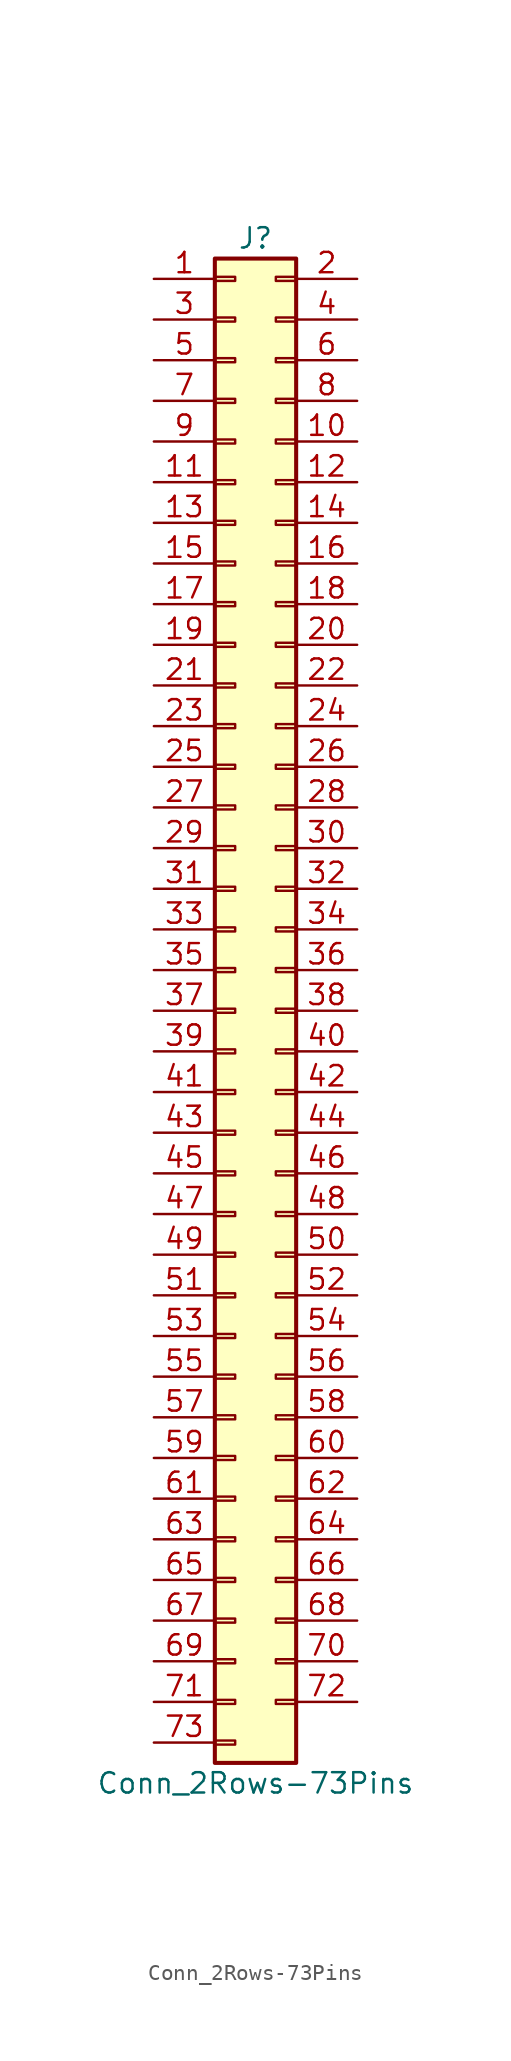
<source format=kicad_sym>
(kicad_symbol_lib
  (version 20220914)
  (generator kicad_symbol_editor)
  (symbol "Conn_2Rows-73Pins"
    (pin_names
      (offset 1.016) hide)
    (property "Reference" "J"
      (at 1.27 48.26 0)
      (effects (font (size 1.27 1.27))))
    (property "Value" "Conn_2Rows-73Pins"
      (at 1.27 -48.26 0)
      (effects (font (size 1.27 1.27))))
    (symbol "Conn_2Rows-73Pins_1_1"
      (rectangle (start -1.27 -45.593) (end 0 -45.847) (stroke (width 0.152) (type solid)) (fill (type none)))
      (rectangle (start -1.27 -43.053) (end 0 -43.307) (stroke (width 0.152) (type solid)) (fill (type none)))
      (rectangle (start -1.27 -40.513) (end 0 -40.767) (stroke (width 0.152) (type solid)) (fill (type none)))
      (rectangle (start -1.27 -37.973) (end 0 -38.227) (stroke (width 0.152) (type solid)) (fill (type none)))
      (rectangle (start -1.27 -35.433) (end 0 -35.687) (stroke (width 0.152) (type solid)) (fill (type none)))
      (rectangle (start -1.27 -32.893) (end 0 -33.147) (stroke (width 0.152) (type solid)) (fill (type none)))
      (rectangle (start -1.27 -30.353) (end 0 -30.607) (stroke (width 0.152) (type solid)) (fill (type none)))
      (rectangle (start -1.27 -27.813) (end 0 -28.067) (stroke (width 0.152) (type solid)) (fill (type none)))
      (rectangle (start -1.27 -25.273) (end 0 -25.527) (stroke (width 0.152) (type solid)) (fill (type none)))
      (rectangle (start -1.27 -22.733) (end 0 -22.987) (stroke (width 0.152) (type solid)) (fill (type none)))
      (rectangle (start -1.27 -20.193) (end 0 -20.447) (stroke (width 0.152) (type solid)) (fill (type none)))
      (rectangle (start -1.27 -17.653) (end 0 -17.907) (stroke (width 0.152) (type solid)) (fill (type none)))
      (rectangle (start -1.27 -15.113) (end 0 -15.367) (stroke (width 0.152) (type solid)) (fill (type none)))
      (rectangle (start -1.27 -12.573) (end 0 -12.827) (stroke (width 0.152) (type solid)) (fill (type none)))
      (rectangle (start -1.27 -10.033) (end 0 -10.287) (stroke (width 0.152) (type solid)) (fill (type none)))
      (rectangle (start -1.27 -7.493) (end 0 -7.747) (stroke (width 0.152) (type solid)) (fill (type none)))
      (rectangle (start -1.27 -4.953) (end 0 -5.207) (stroke (width 0.152) (type solid)) (fill (type none)))
      (rectangle (start -1.27 -2.413) (end 0 -2.667) (stroke (width 0.152) (type solid)) (fill (type none)))
      (rectangle (start -1.27 0.127) (end 0 -0.127) (stroke (width 0.152) (type solid)) (fill (type none)))
      (rectangle (start -1.27 2.667) (end 0 2.413) (stroke (width 0.152) (type solid)) (fill (type none)))
      (rectangle (start -1.27 5.207) (end 0 4.953) (stroke (width 0.152) (type solid)) (fill (type none)))
      (rectangle (start -1.27 7.747) (end 0 7.493) (stroke (width 0.152) (type solid)) (fill (type none)))
      (rectangle (start -1.27 10.287) (end 0 10.033) (stroke (width 0.152) (type solid)) (fill (type none)))
      (rectangle (start -1.27 12.827) (end 0 12.573) (stroke (width 0.152) (type solid)) (fill (type none)))
      (rectangle (start -1.27 15.367) (end 0 15.113) (stroke (width 0.152) (type solid)) (fill (type none)))
      (rectangle (start -1.27 17.907) (end 0 17.653) (stroke (width 0.152) (type solid)) (fill (type none)))
      (rectangle (start -1.27 20.447) (end 0 20.193) (stroke (width 0.152) (type solid)) (fill (type none)))
      (rectangle (start -1.27 22.987) (end 0 22.733) (stroke (width 0.152) (type solid)) (fill (type none)))
      (rectangle (start -1.27 25.527) (end 0 25.273) (stroke (width 0.152) (type solid)) (fill (type none)))
      (rectangle (start -1.27 28.067) (end 0 27.813) (stroke (width 0.152) (type solid)) (fill (type none)))
      (rectangle (start -1.27 30.607) (end 0 30.353) (stroke (width 0.152) (type solid)) (fill (type none)))
      (rectangle (start -1.27 33.147) (end 0 32.893) (stroke (width 0.152) (type solid)) (fill (type none)))
      (rectangle (start -1.27 35.687) (end 0 35.433) (stroke (width 0.152) (type solid)) (fill (type none)))
      (rectangle (start -1.27 38.227) (end 0 37.973) (stroke (width 0.152) (type solid)) (fill (type none)))
      (rectangle (start -1.27 40.767) (end 0 40.513) (stroke (width 0.152) (type solid)) (fill (type none)))
      (rectangle (start -1.27 43.307) (end 0 43.053) (stroke (width 0.152) (type solid)) (fill (type none)))
      (rectangle (start -1.27 45.847) (end 0 45.593) (stroke (width 0.152) (type solid)) (fill (type none)))
      (rectangle (start -1.27 46.99) (end 3.81 -46.99) (stroke (width 0.254) (type solid)) (fill (type background)))
      (rectangle (start 3.81 -43.053) (end 2.54 -43.307) (stroke (width 0.152) (type solid)) (fill (type none)))
      (rectangle (start 3.81 -40.513) (end 2.54 -40.767) (stroke (width 0.152) (type solid)) (fill (type none)))
      (rectangle (start 3.81 -37.973) (end 2.54 -38.227) (stroke (width 0.152) (type solid)) (fill (type none)))
      (rectangle (start 3.81 -35.433) (end 2.54 -35.687) (stroke (width 0.152) (type solid)) (fill (type none)))
      (rectangle (start 3.81 -32.893) (end 2.54 -33.147) (stroke (width 0.152) (type solid)) (fill (type none)))
      (rectangle (start 3.81 -30.353) (end 2.54 -30.607) (stroke (width 0.152) (type solid)) (fill (type none)))
      (rectangle (start 3.81 -27.813) (end 2.54 -28.067) (stroke (width 0.152) (type solid)) (fill (type none)))
      (rectangle (start 3.81 -25.273) (end 2.54 -25.527) (stroke (width 0.152) (type solid)) (fill (type none)))
      (rectangle (start 3.81 -22.733) (end 2.54 -22.987) (stroke (width 0.152) (type solid)) (fill (type none)))
      (rectangle (start 3.81 -20.193) (end 2.54 -20.447) (stroke (width 0.152) (type solid)) (fill (type none)))
      (rectangle (start 3.81 -17.653) (end 2.54 -17.907) (stroke (width 0.152) (type solid)) (fill (type none)))
      (rectangle (start 3.81 -15.113) (end 2.54 -15.367) (stroke (width 0.152) (type solid)) (fill (type none)))
      (rectangle (start 3.81 -12.573) (end 2.54 -12.827) (stroke (width 0.152) (type solid)) (fill (type none)))
      (rectangle (start 3.81 -10.033) (end 2.54 -10.287) (stroke (width 0.152) (type solid)) (fill (type none)))
      (rectangle (start 3.81 -7.493) (end 2.54 -7.747) (stroke (width 0.152) (type solid)) (fill (type none)))
      (rectangle (start 3.81 -4.953) (end 2.54 -5.207) (stroke (width 0.152) (type solid)) (fill (type none)))
      (rectangle (start 3.81 -2.413) (end 2.54 -2.667) (stroke (width 0.152) (type solid)) (fill (type none)))
      (rectangle (start 3.81 0.127) (end 2.54 -0.127) (stroke (width 0.152) (type solid)) (fill (type none)))
      (rectangle (start 3.81 2.667) (end 2.54 2.413) (stroke (width 0.152) (type solid)) (fill (type none)))
      (rectangle (start 3.81 5.207) (end 2.54 4.953) (stroke (width 0.152) (type solid)) (fill (type none)))
      (rectangle (start 3.81 7.747) (end 2.54 7.493) (stroke (width 0.152) (type solid)) (fill (type none)))
      (rectangle (start 3.81 10.287) (end 2.54 10.033) (stroke (width 0.152) (type solid)) (fill (type none)))
      (rectangle (start 3.81 12.827) (end 2.54 12.573) (stroke (width 0.152) (type solid)) (fill (type none)))
      (rectangle (start 3.81 15.367) (end 2.54 15.113) (stroke (width 0.152) (type solid)) (fill (type none)))
      (rectangle (start 3.81 17.907) (end 2.54 17.653) (stroke (width 0.152) (type solid)) (fill (type none)))
      (rectangle (start 3.81 20.447) (end 2.54 20.193) (stroke (width 0.152) (type solid)) (fill (type none)))
      (rectangle (start 3.81 22.987) (end 2.54 22.733) (stroke (width 0.152) (type solid)) (fill (type none)))
      (rectangle (start 3.81 25.527) (end 2.54 25.273) (stroke (width 0.152) (type solid)) (fill (type none)))
      (rectangle (start 3.81 28.067) (end 2.54 27.813) (stroke (width 0.152) (type solid)) (fill (type none)))
      (rectangle (start 3.81 30.607) (end 2.54 30.353) (stroke (width 0.152) (type solid)) (fill (type none)))
      (rectangle (start 3.81 33.147) (end 2.54 32.893) (stroke (width 0.152) (type solid)) (fill (type none)))
      (rectangle (start 3.81 35.687) (end 2.54 35.433) (stroke (width 0.152) (type solid)) (fill (type none)))
      (rectangle (start 3.81 38.227) (end 2.54 37.973) (stroke (width 0.152) (type solid)) (fill (type none)))
      (rectangle (start 3.81 40.767) (end 2.54 40.513) (stroke (width 0.152) (type solid)) (fill (type none)))
      (rectangle (start 3.81 43.307) (end 2.54 43.053) (stroke (width 0.152) (type solid)) (fill (type none)))
      (rectangle (start 3.81 45.847) (end 2.54 45.593) (stroke (width 0.152) (type solid)) (fill (type none)))
      (pin passive line (at -5.08 45.72 0) (length 3.81) (name "Pin_1" (effects (font (size 1.27 1.27)))) (number "1" (effects (font (size 1.27 1.27)))))
      (pin passive line (at 7.62 35.56 180) (length 3.81) (name "Pin_10" (effects (font (size 1.27 1.27)))) (number "10" (effects (font (size 1.27 1.27)))))
      (pin passive line (at -5.08 33.02 0) (length 3.81) (name "Pin_11" (effects (font (size 1.27 1.27)))) (number "11" (effects (font (size 1.27 1.27)))))
      (pin passive line (at 7.62 33.02 180) (length 3.81) (name "Pin_12" (effects (font (size 1.27 1.27)))) (number "12" (effects (font (size 1.27 1.27)))))
      (pin passive line (at -5.08 30.48 0) (length 3.81) (name "Pin_13" (effects (font (size 1.27 1.27)))) (number "13" (effects (font (size 1.27 1.27)))))
      (pin passive line (at 7.62 30.48 180) (length 3.81) (name "Pin_14" (effects (font (size 1.27 1.27)))) (number "14" (effects (font (size 1.27 1.27)))))
      (pin passive line (at -5.08 27.94 0) (length 3.81) (name "Pin_15" (effects (font (size 1.27 1.27)))) (number "15" (effects (font (size 1.27 1.27)))))
      (pin passive line (at 7.62 27.94 180) (length 3.81) (name "Pin_16" (effects (font (size 1.27 1.27)))) (number "16" (effects (font (size 1.27 1.27)))))
      (pin passive line (at -5.08 25.4 0) (length 3.81) (name "Pin_17" (effects (font (size 1.27 1.27)))) (number "17" (effects (font (size 1.27 1.27)))))
      (pin passive line (at 7.62 25.4 180) (length 3.81) (name "Pin_18" (effects (font (size 1.27 1.27)))) (number "18" (effects (font (size 1.27 1.27)))))
      (pin passive line (at -5.08 22.86 0) (length 3.81) (name "Pin_19" (effects (font (size 1.27 1.27)))) (number "19" (effects (font (size 1.27 1.27)))))
      (pin passive line (at 7.62 45.72 180) (length 3.81) (name "Pin_2" (effects (font (size 1.27 1.27)))) (number "2" (effects (font (size 1.27 1.27)))))
      (pin passive line (at 7.62 22.86 180) (length 3.81) (name "Pin_20" (effects (font (size 1.27 1.27)))) (number "20" (effects (font (size 1.27 1.27)))))
      (pin passive line (at -5.08 20.32 0) (length 3.81) (name "Pin_21" (effects (font (size 1.27 1.27)))) (number "21" (effects (font (size 1.27 1.27)))))
      (pin passive line (at 7.62 20.32 180) (length 3.81) (name "Pin_22" (effects (font (size 1.27 1.27)))) (number "22" (effects (font (size 1.27 1.27)))))
      (pin passive line (at -5.08 17.78 0) (length 3.81) (name "Pin_23" (effects (font (size 1.27 1.27)))) (number "23" (effects (font (size 1.27 1.27)))))
      (pin passive line (at 7.62 17.78 180) (length 3.81) (name "Pin_24" (effects (font (size 1.27 1.27)))) (number "24" (effects (font (size 1.27 1.27)))))
      (pin passive line (at -5.08 15.24 0) (length 3.81) (name "Pin_25" (effects (font (size 1.27 1.27)))) (number "25" (effects (font (size 1.27 1.27)))))
      (pin passive line (at 7.62 15.24 180) (length 3.81) (name "Pin_26" (effects (font (size 1.27 1.27)))) (number "26" (effects (font (size 1.27 1.27)))))
      (pin passive line (at -5.08 12.7 0) (length 3.81) (name "Pin_27" (effects (font (size 1.27 1.27)))) (number "27" (effects (font (size 1.27 1.27)))))
      (pin passive line (at 7.62 12.7 180) (length 3.81) (name "Pin_28" (effects (font (size 1.27 1.27)))) (number "28" (effects (font (size 1.27 1.27)))))
      (pin passive line (at -5.08 10.16 0) (length 3.81) (name "Pin_29" (effects (font (size 1.27 1.27)))) (number "29" (effects (font (size 1.27 1.27)))))
      (pin passive line (at -5.08 43.18 0) (length 3.81) (name "Pin_3" (effects (font (size 1.27 1.27)))) (number "3" (effects (font (size 1.27 1.27)))))
      (pin passive line (at 7.62 10.16 180) (length 3.81) (name "Pin_30" (effects (font (size 1.27 1.27)))) (number "30" (effects (font (size 1.27 1.27)))))
      (pin passive line (at -5.08 7.62 0) (length 3.81) (name "Pin_31" (effects (font (size 1.27 1.27)))) (number "31" (effects (font (size 1.27 1.27)))))
      (pin passive line (at 7.62 7.62 180) (length 3.81) (name "Pin_32" (effects (font (size 1.27 1.27)))) (number "32" (effects (font (size 1.27 1.27)))))
      (pin passive line (at -5.08 5.08 0) (length 3.81) (name "Pin_33" (effects (font (size 1.27 1.27)))) (number "33" (effects (font (size 1.27 1.27)))))
      (pin passive line (at 7.62 5.08 180) (length 3.81) (name "Pin_34" (effects (font (size 1.27 1.27)))) (number "34" (effects (font (size 1.27 1.27)))))
      (pin passive line (at -5.08 2.54 0) (length 3.81) (name "Pin_35" (effects (font (size 1.27 1.27)))) (number "35" (effects (font (size 1.27 1.27)))))
      (pin passive line (at 7.62 2.54 180) (length 3.81) (name "Pin_36" (effects (font (size 1.27 1.27)))) (number "36" (effects (font (size 1.27 1.27)))))
      (pin passive line (at -5.08 0 0) (length 3.81) (name "Pin_37" (effects (font (size 1.27 1.27)))) (number "37" (effects (font (size 1.27 1.27)))))
      (pin passive line (at 7.62 0 180) (length 3.81) (name "Pin_38" (effects (font (size 1.27 1.27)))) (number "38" (effects (font (size 1.27 1.27)))))
      (pin passive line (at -5.08 -2.54 0) (length 3.81) (name "Pin_39" (effects (font (size 1.27 1.27)))) (number "39" (effects (font (size 1.27 1.27)))))
      (pin passive line (at 7.62 43.18 180) (length 3.81) (name "Pin_4" (effects (font (size 1.27 1.27)))) (number "4" (effects (font (size 1.27 1.27)))))
      (pin passive line (at 7.62 -2.54 180) (length 3.81) (name "Pin_40" (effects (font (size 1.27 1.27)))) (number "40" (effects (font (size 1.27 1.27)))))
      (pin passive line (at -5.08 -5.08 0) (length 3.81) (name "Pin_41" (effects (font (size 1.27 1.27)))) (number "41" (effects (font (size 1.27 1.27)))))
      (pin passive line (at 7.62 -5.08 180) (length 3.81) (name "Pin_42" (effects (font (size 1.27 1.27)))) (number "42" (effects (font (size 1.27 1.27)))))
      (pin passive line (at -5.08 -7.62 0) (length 3.81) (name "Pin_43" (effects (font (size 1.27 1.27)))) (number "43" (effects (font (size 1.27 1.27)))))
      (pin passive line (at 7.62 -7.62 180) (length 3.81) (name "Pin_44" (effects (font (size 1.27 1.27)))) (number "44" (effects (font (size 1.27 1.27)))))
      (pin passive line (at -5.08 -10.16 0) (length 3.81) (name "Pin_45" (effects (font (size 1.27 1.27)))) (number "45" (effects (font (size 1.27 1.27)))))
      (pin passive line (at 7.62 -10.16 180) (length 3.81) (name "Pin_46" (effects (font (size 1.27 1.27)))) (number "46" (effects (font (size 1.27 1.27)))))
      (pin passive line (at -5.08 -12.7 0) (length 3.81) (name "Pin_47" (effects (font (size 1.27 1.27)))) (number "47" (effects (font (size 1.27 1.27)))))
      (pin passive line (at 7.62 -12.7 180) (length 3.81) (name "Pin_48" (effects (font (size 1.27 1.27)))) (number "48" (effects (font (size 1.27 1.27)))))
      (pin passive line (at -5.08 -15.24 0) (length 3.81) (name "Pin_49" (effects (font (size 1.27 1.27)))) (number "49" (effects (font (size 1.27 1.27)))))
      (pin passive line (at -5.08 40.64 0) (length 3.81) (name "Pin_5" (effects (font (size 1.27 1.27)))) (number "5" (effects (font (size 1.27 1.27)))))
      (pin passive line (at 7.62 -15.24 180) (length 3.81) (name "Pin_50" (effects (font (size 1.27 1.27)))) (number "50" (effects (font (size 1.27 1.27)))))
      (pin passive line (at -5.08 -17.78 0) (length 3.81) (name "Pin_51" (effects (font (size 1.27 1.27)))) (number "51" (effects (font (size 1.27 1.27)))))
      (pin passive line (at 7.62 -17.78 180) (length 3.81) (name "Pin_52" (effects (font (size 1.27 1.27)))) (number "52" (effects (font (size 1.27 1.27)))))
      (pin passive line (at -5.08 -20.32 0) (length 3.81) (name "Pin_53" (effects (font (size 1.27 1.27)))) (number "53" (effects (font (size 1.27 1.27)))))
      (pin passive line (at 7.62 -20.32 180) (length 3.81) (name "Pin_54" (effects (font (size 1.27 1.27)))) (number "54" (effects (font (size 1.27 1.27)))))
      (pin passive line (at -5.08 -22.86 0) (length 3.81) (name "Pin_55" (effects (font (size 1.27 1.27)))) (number "55" (effects (font (size 1.27 1.27)))))
      (pin passive line (at 7.62 -22.86 180) (length 3.81) (name "Pin_56" (effects (font (size 1.27 1.27)))) (number "56" (effects (font (size 1.27 1.27)))))
      (pin passive line (at -5.08 -25.4 0) (length 3.81) (name "Pin_57" (effects (font (size 1.27 1.27)))) (number "57" (effects (font (size 1.27 1.27)))))
      (pin passive line (at 7.62 -25.4 180) (length 3.81) (name "Pin_58" (effects (font (size 1.27 1.27)))) (number "58" (effects (font (size 1.27 1.27)))))
      (pin passive line (at -5.08 -27.94 0) (length 3.81) (name "Pin_59" (effects (font (size 1.27 1.27)))) (number "59" (effects (font (size 1.27 1.27)))))
      (pin passive line (at 7.62 40.64 180) (length 3.81) (name "Pin_6" (effects (font (size 1.27 1.27)))) (number "6" (effects (font (size 1.27 1.27)))))
      (pin passive line (at 7.62 -27.94 180) (length 3.81) (name "Pin_60" (effects (font (size 1.27 1.27)))) (number "60" (effects (font (size 1.27 1.27)))))
      (pin passive line (at -5.08 -30.48 0) (length 3.81) (name "Pin_61" (effects (font (size 1.27 1.27)))) (number "61" (effects (font (size 1.27 1.27)))))
      (pin passive line (at 7.62 -30.48 180) (length 3.81) (name "Pin_62" (effects (font (size 1.27 1.27)))) (number "62" (effects (font (size 1.27 1.27)))))
      (pin passive line (at -5.08 -33.02 0) (length 3.81) (name "Pin_63" (effects (font (size 1.27 1.27)))) (number "63" (effects (font (size 1.27 1.27)))))
      (pin passive line (at 7.62 -33.02 180) (length 3.81) (name "Pin_64" (effects (font (size 1.27 1.27)))) (number "64" (effects (font (size 1.27 1.27)))))
      (pin passive line (at -5.08 -35.56 0) (length 3.81) (name "Pin_65" (effects (font (size 1.27 1.27)))) (number "65" (effects (font (size 1.27 1.27)))))
      (pin passive line (at 7.62 -35.56 180) (length 3.81) (name "Pin_66" (effects (font (size 1.27 1.27)))) (number "66" (effects (font (size 1.27 1.27)))))
      (pin passive line (at -5.08 -38.1 0) (length 3.81) (name "Pin_67" (effects (font (size 1.27 1.27)))) (number "67" (effects (font (size 1.27 1.27)))))
      (pin passive line (at 7.62 -38.1 180) (length 3.81) (name "Pin_68" (effects (font (size 1.27 1.27)))) (number "68" (effects (font (size 1.27 1.27)))))
      (pin passive line (at -5.08 -40.64 0) (length 3.81) (name "Pin_69" (effects (font (size 1.27 1.27)))) (number "69" (effects (font (size 1.27 1.27)))))
      (pin passive line (at -5.08 38.1 0) (length 3.81) (name "Pin_7" (effects (font (size 1.27 1.27)))) (number "7" (effects (font (size 1.27 1.27)))))
      (pin passive line (at 7.62 -40.64 180) (length 3.81) (name "Pin_70" (effects (font (size 1.27 1.27)))) (number "70" (effects (font (size 1.27 1.27)))))
      (pin passive line (at -5.08 -43.18 0) (length 3.81) (name "Pin_71" (effects (font (size 1.27 1.27)))) (number "71" (effects (font (size 1.27 1.27)))))
      (pin passive line (at 7.62 -43.18 180) (length 3.81) (name "Pin_72" (effects (font (size 1.27 1.27)))) (number "72" (effects (font (size 1.27 1.27)))))
      (pin passive line (at -5.08 -45.72 0) (length 3.81) (name "Pin_73" (effects (font (size 1.27 1.27)))) (number "73" (effects (font (size 1.27 1.27)))))
      (pin passive line (at 7.62 38.1 180) (length 3.81) (name "Pin_8" (effects (font (size 1.27 1.27)))) (number "8" (effects (font (size 1.27 1.27)))))
      (pin passive line (at -5.08 35.56 0) (length 3.81) (name "Pin_9" (effects (font (size 1.27 1.27)))) (number "9" (effects (font (size 1.27 1.27))))))))
</source>
